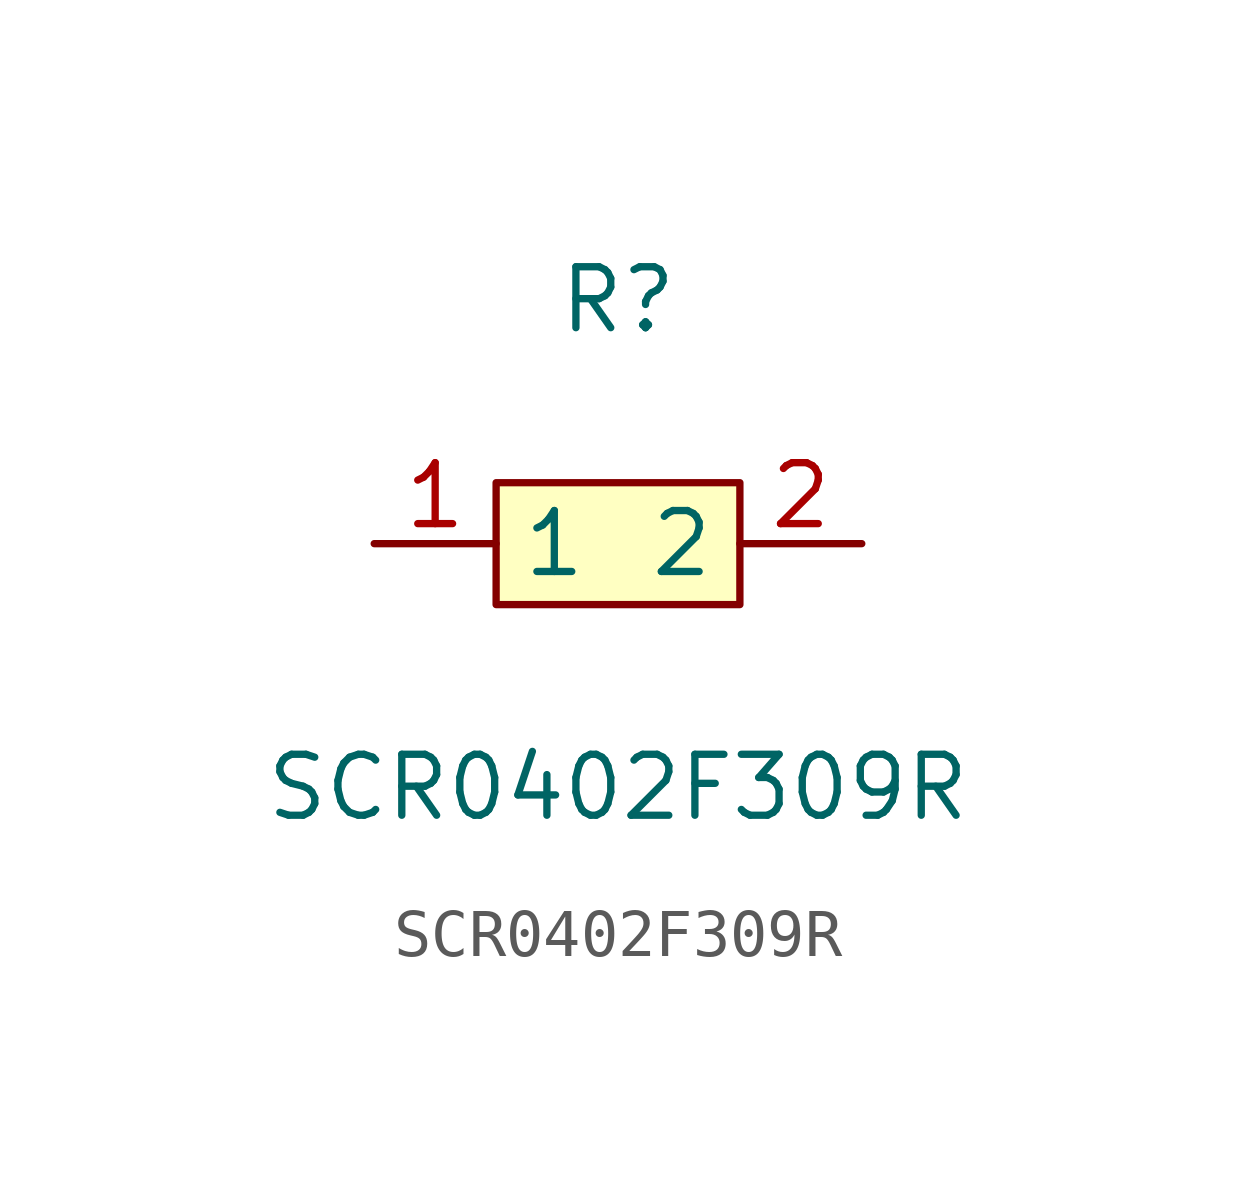
<source format=kicad_sym>
(kicad_symbol_lib
  (version 1)
  (generator "faebryk")
  (symbol "SCR0402F309R"
    (property "Reference" "R"
      (at 0 5.08 0)
      (effects (font (size 1.27 1.27)) (hide no)))
    (property "Value" "SCR0402F309R"
      (at 0 -5.08 0)
      (effects (font (size 1.27 1.27)) (hide no)))
    (symbol "SCR0402F309R_0_1"
      (rectangle (start -2.54 1.27) (end 2.54 -1.27) (stroke (width 0) (type default) (color 0 0 0 0)) (fill (type background)))
      (pin unspecified line (at 5.08 0 180) (length 2.54) (name "2" (effects (font (size 1.27 1.27)) (hide no))) (number "2" (effects (font (size 1.27 1.27)) (hide no))))
      (pin unspecified line (at -5.08 0 0) (length 2.54) (name "1" (effects (font (size 1.27 1.27)) (hide no))) (number "1" (effects (font (size 1.27 1.27)) (hide no)))))))
</source>
